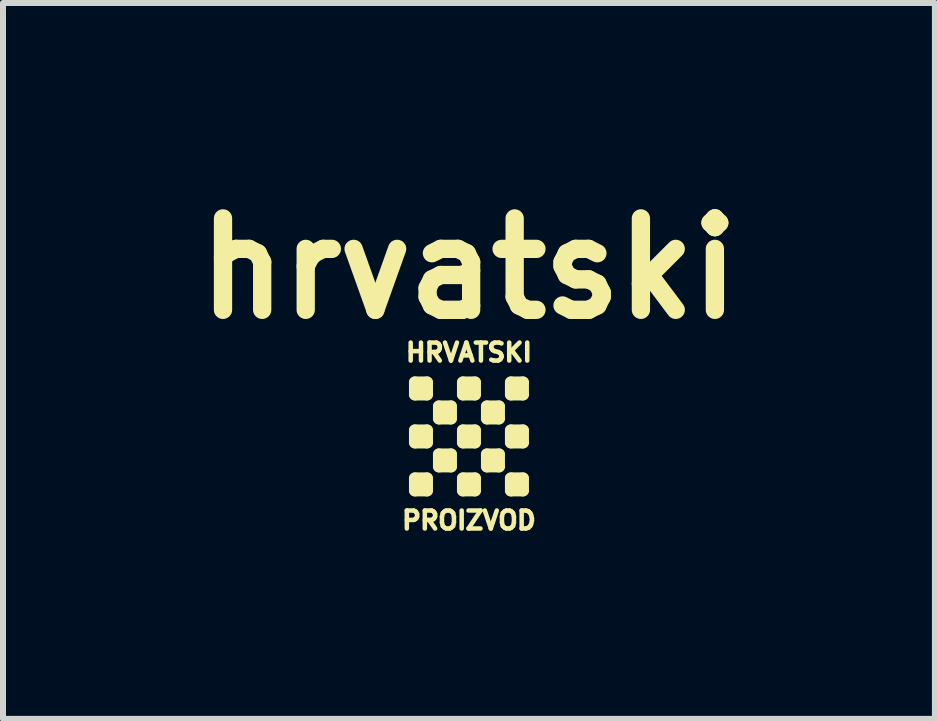
<source format=kicad_pcb>
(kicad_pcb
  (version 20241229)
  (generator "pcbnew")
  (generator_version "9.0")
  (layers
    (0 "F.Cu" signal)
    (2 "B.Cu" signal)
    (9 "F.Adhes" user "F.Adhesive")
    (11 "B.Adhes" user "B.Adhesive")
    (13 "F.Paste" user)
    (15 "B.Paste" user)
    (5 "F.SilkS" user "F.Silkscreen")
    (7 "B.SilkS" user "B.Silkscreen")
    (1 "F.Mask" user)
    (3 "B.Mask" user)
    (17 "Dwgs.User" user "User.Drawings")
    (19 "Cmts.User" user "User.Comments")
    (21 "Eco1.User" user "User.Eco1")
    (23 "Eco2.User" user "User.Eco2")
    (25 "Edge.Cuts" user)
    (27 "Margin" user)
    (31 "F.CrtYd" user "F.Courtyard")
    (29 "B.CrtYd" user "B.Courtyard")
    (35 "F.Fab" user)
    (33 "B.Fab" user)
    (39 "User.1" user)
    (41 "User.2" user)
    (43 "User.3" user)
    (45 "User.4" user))
  (footprint "hrvatski"
    (layer "F.Cu")
    (at 4.768 4.226)
    (property "Reference" "hrvatski" (at 0 -2.8 0) (layer "F.SilkS") (effects (font (size 1.524 1.524) (thickness 0.305))))
    (attr smd)
    (fp_line (start -0.9 -0.9) (end -0.7 -0.9) (stroke (width 0.2) (type solid)) (layer "F.SilkS"))
    (fp_line (start -0.9 -0.7) (end -0.9 -0.9) (stroke (width 0.2) (type solid)) (layer "F.SilkS"))
    (fp_line (start -0.9 -0.1) (end -0.7 -0.1) (stroke (width 0.2) (type solid)) (layer "F.SilkS"))
    (fp_line (start -0.9 0.1) (end -0.9 -0.1) (stroke (width 0.2) (type solid)) (layer "F.SilkS"))
    (fp_line (start -0.9 0.7) (end -0.7 0.7) (stroke (width 0.2) (type solid)) (layer "F.SilkS"))
    (fp_line (start -0.9 0.9) (end -0.9 0.7) (stroke (width 0.2) (type solid)) (layer "F.SilkS"))
    (fp_line (start -0.7 -0.9) (end -0.7 -0.7) (stroke (width 0.2) (type solid)) (layer "F.SilkS"))
    (fp_line (start -0.7 -0.7) (end -0.9 -0.7) (stroke (width 0.2) (type solid)) (layer "F.SilkS"))
    (fp_line (start -0.7 -0.1) (end -0.7 0.1) (stroke (width 0.2) (type solid)) (layer "F.SilkS"))
    (fp_line (start -0.7 0.1) (end -0.9 0.1) (stroke (width 0.2) (type solid)) (layer "F.SilkS"))
    (fp_line (start -0.7 0.7) (end -0.7 0.9) (stroke (width 0.2) (type solid)) (layer "F.SilkS"))
    (fp_line (start -0.7 0.9) (end -0.9 0.9) (stroke (width 0.2) (type solid)) (layer "F.SilkS"))
    (fp_line (start -0.5 -0.5) (end -0.5 -0.3) (stroke (width 0.2) (type solid)) (layer "F.SilkS"))
    (fp_line (start -0.5 -0.3) (end -0.3 -0.3) (stroke (width 0.2) (type solid)) (layer "F.SilkS"))
    (fp_line (start -0.5 0.3) (end -0.3 0.3) (stroke (width 0.2) (type solid)) (layer "F.SilkS"))
    (fp_line (start -0.5 0.5) (end -0.5 0.3) (stroke (width 0.2) (type solid)) (layer "F.SilkS"))
    (fp_line (start -0.3 -0.5) (end -0.5 -0.5) (stroke (width 0.2) (type solid)) (layer "F.SilkS"))
    (fp_line (start -0.3 -0.3) (end -0.3 -0.5) (stroke (width 0.2) (type solid)) (layer "F.SilkS"))
    (fp_line (start -0.3 0.3) (end -0.3 0.5) (stroke (width 0.2) (type solid)) (layer "F.SilkS"))
    (fp_line (start -0.3 0.5) (end -0.5 0.5) (stroke (width 0.2) (type solid)) (layer "F.SilkS"))
    (fp_line (start -0.1 -0.9) (end 0.1 -0.9) (stroke (width 0.2) (type solid)) (layer "F.SilkS"))
    (fp_line (start -0.1 -0.7) (end -0.1 -0.9) (stroke (width 0.2) (type solid)) (layer "F.SilkS"))
    (fp_line (start -0.1 -0.1) (end -0.1 0.1) (stroke (width 0.2) (type solid)) (layer "F.SilkS"))
    (fp_line (start -0.1 0.1) (end 0.1 0.1) (stroke (width 0.2) (type solid)) (layer "F.SilkS"))
    (fp_line (start -0.1 0.7) (end -0.1 0.9) (stroke (width 0.2) (type solid)) (layer "F.SilkS"))
    (fp_line (start -0.1 0.9) (end 0.1 0.9) (stroke (width 0.2) (type solid)) (layer "F.SilkS"))
    (fp_line (start 0.1 -0.9) (end 0.1 -0.7) (stroke (width 0.2) (type solid)) (layer "F.SilkS"))
    (fp_line (start 0.1 -0.7) (end -0.1 -0.7) (stroke (width 0.2) (type solid)) (layer "F.SilkS"))
    (fp_line (start 0.1 -0.1) (end -0.1 -0.1) (stroke (width 0.2) (type solid)) (layer "F.SilkS"))
    (fp_line (start 0.1 0.1) (end 0.1 -0.1) (stroke (width 0.2) (type solid)) (layer "F.SilkS"))
    (fp_line (start 0.1 0.7) (end -0.1 0.7) (stroke (width 0.2) (type solid)) (layer "F.SilkS"))
    (fp_line (start 0.1 0.9) (end 0.1 0.7) (stroke (width 0.2) (type solid)) (layer "F.SilkS"))
    (fp_line (start 0.3 -0.5) (end 0.3 -0.3) (stroke (width 0.2) (type solid)) (layer "F.SilkS"))
    (fp_line (start 0.3 -0.3) (end 0.5 -0.3) (stroke (width 0.2) (type solid)) (layer "F.SilkS"))
    (fp_line (start 0.3 0.3) (end 0.5 0.3) (stroke (width 0.2) (type solid)) (layer "F.SilkS"))
    (fp_line (start 0.3 0.5) (end 0.3 0.3) (stroke (width 0.2) (type solid)) (layer "F.SilkS"))
    (fp_line (start 0.5 -0.5) (end 0.3 -0.5) (stroke (width 0.2) (type solid)) (layer "F.SilkS"))
    (fp_line (start 0.5 -0.3) (end 0.5 -0.5) (stroke (width 0.2) (type solid)) (layer "F.SilkS"))
    (fp_line (start 0.5 0.3) (end 0.5 0.5) (stroke (width 0.2) (type solid)) (layer "F.SilkS"))
    (fp_line (start 0.5 0.5) (end 0.3 0.5) (stroke (width 0.2) (type solid)) (layer "F.SilkS"))
    (fp_line (start 0.7 -0.9) (end 0.7 -0.7) (stroke (width 0.2) (type solid)) (layer "F.SilkS"))
    (fp_line (start 0.7 -0.7) (end 0.9 -0.7) (stroke (width 0.2) (type solid)) (layer "F.SilkS"))
    (fp_line (start 0.7 -0.1) (end 0.7 0.1) (stroke (width 0.2) (type solid)) (layer "F.SilkS"))
    (fp_line (start 0.7 0.1) (end 0.9 0.1) (stroke (width 0.2) (type solid)) (layer "F.SilkS"))
    (fp_line (start 0.7 0.7) (end 0.7 0.9) (stroke (width 0.2) (type solid)) (layer "F.SilkS"))
    (fp_line (start 0.7 0.9) (end 0.9 0.9) (stroke (width 0.2) (type solid)) (layer "F.SilkS"))
    (fp_line (start 0.9 -0.9) (end 0.7 -0.9) (stroke (width 0.2) (type solid)) (layer "F.SilkS"))
    (fp_line (start 0.9 -0.7) (end 0.9 -0.9) (stroke (width 0.2) (type solid)) (layer "F.SilkS"))
    (fp_line (start 0.9 -0.1) (end 0.7 -0.1) (stroke (width 0.2) (type solid)) (layer "F.SilkS"))
    (fp_line (start 0.9 0.1) (end 0.9 -0.1) (stroke (width 0.2) (type solid)) (layer "F.SilkS"))
    (fp_line (start 0.9 0.7) (end 0.7 0.7) (stroke (width 0.2) (type solid)) (layer "F.SilkS"))
    (fp_line (start 0.9 0.9) (end 0.9 0.7) (stroke (width 0.2) (type solid)) (layer "F.SilkS"))
    (fp_text user "PROIZVOD" (at 0 1.4 0) (layer "F.SilkS") (effects (font (size 0.3 0.3) (thickness 0.075))))
    (fp_text user "HRVATSKI" (at 0 -1.4 0) (layer "F.SilkS") (effects (font (size 0.3 0.3) (thickness 0.075)))))
  (gr_rect
    (start -3 -3)
    (end 12.536 8.934)
    (stroke (width 0.1) (type default))
    (fill no)
    (layer "Edge.Cuts")))
</source>
